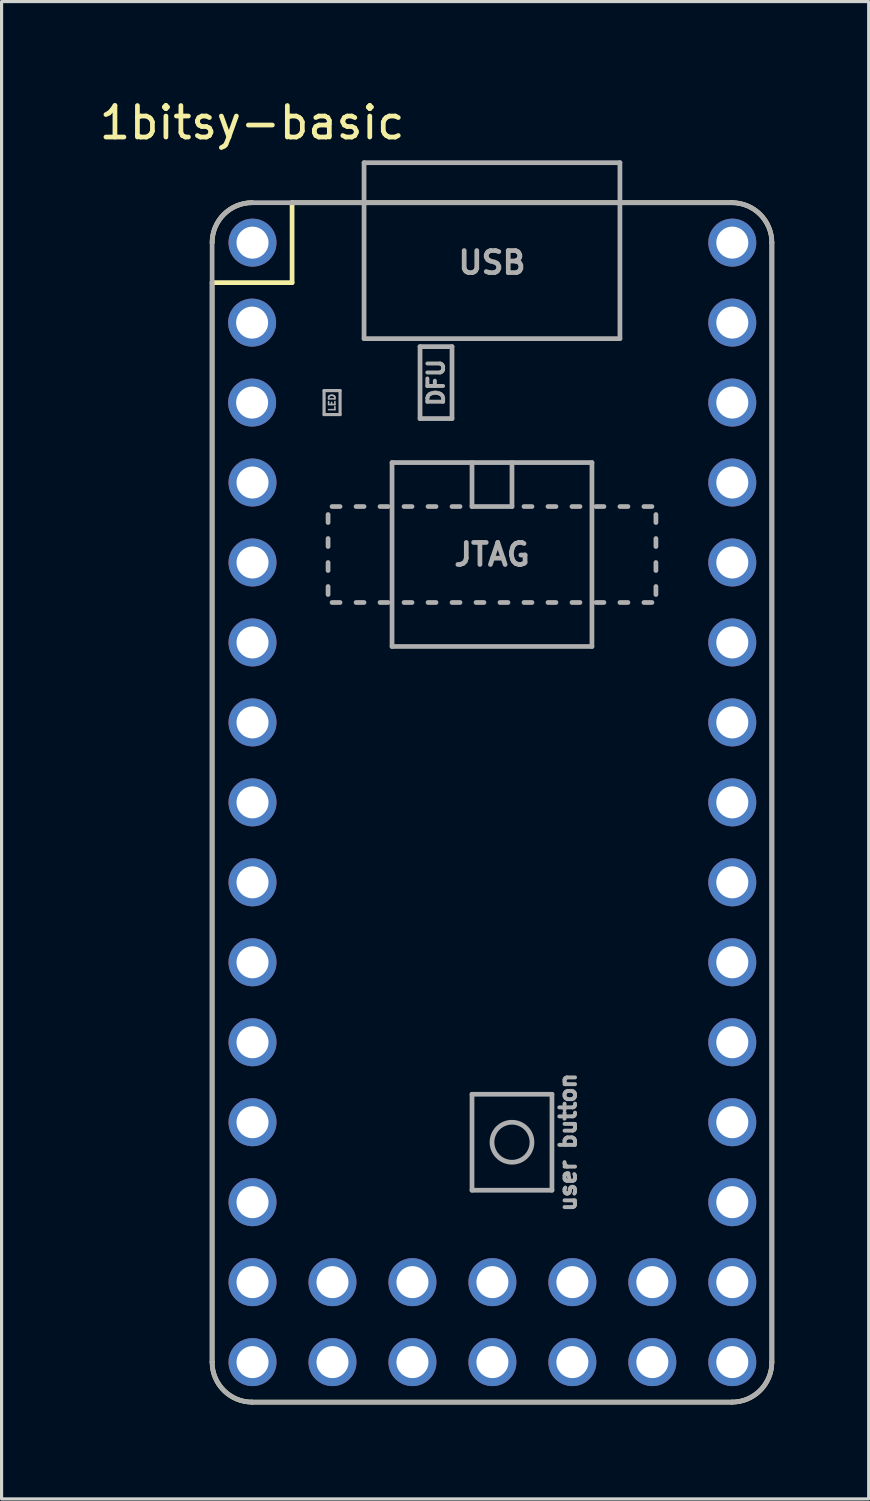
<source format=kicad_pcb>
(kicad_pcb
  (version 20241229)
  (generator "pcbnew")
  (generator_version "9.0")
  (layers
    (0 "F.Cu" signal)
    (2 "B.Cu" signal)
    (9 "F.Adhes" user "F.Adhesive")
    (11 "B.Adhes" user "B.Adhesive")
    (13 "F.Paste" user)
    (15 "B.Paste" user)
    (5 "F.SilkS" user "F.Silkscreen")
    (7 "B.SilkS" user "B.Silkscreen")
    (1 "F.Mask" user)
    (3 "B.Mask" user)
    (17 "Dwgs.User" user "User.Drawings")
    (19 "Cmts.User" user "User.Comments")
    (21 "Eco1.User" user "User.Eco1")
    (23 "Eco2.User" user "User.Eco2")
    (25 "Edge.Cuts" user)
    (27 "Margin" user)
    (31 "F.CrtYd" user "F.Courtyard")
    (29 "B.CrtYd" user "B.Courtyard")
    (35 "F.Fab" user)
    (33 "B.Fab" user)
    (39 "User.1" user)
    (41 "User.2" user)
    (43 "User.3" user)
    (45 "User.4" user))
  (footprint "1bitsy-basic"
    (layer "F.Cu")
    (at 4.958 4.658)
    (property "Reference" "1bitsy-basic" (at 0 -3.81 0) (layer "F.SilkS") (effects (font (size 1 1) (thickness 0.15))))
    (attr through_hole)
    (fp_line (start -1.27 1.27) (end -1.27 35.56) (stroke (width 0.15) (type solid)) (layer "F.SilkS"))
    (fp_line (start 0 36.83) (end 15.24 36.83) (stroke (width 0.15) (type solid)) (layer "F.SilkS"))
    (fp_line (start 1.27 -1.27) (end 1.27 1.27) (stroke (width 0.15) (type solid)) (layer "F.SilkS"))
    (fp_line (start 1.27 -1.27) (end 15.24 -1.27) (stroke (width 0.15) (type solid)) (layer "F.SilkS"))
    (fp_line (start 1.27 1.27) (end -1.27 1.27) (stroke (width 0.15) (type solid)) (layer "F.SilkS"))
    (fp_line (start 16.51 35.56) (end 16.51 0) (stroke (width 0.15) (type solid)) (layer "F.SilkS"))
    (fp_arc (start -1.27 0) (mid -0.898026 -0.898026) (end 0 -1.27) (stroke (width 0.15) (type solid)) (layer "F.SilkS"))
    (fp_arc (start 0 36.83) (mid -0.898026 36.458026) (end -1.27 35.56) (stroke (width 0.15) (type solid)) (layer "F.SilkS"))
    (fp_arc (start 15.24 -1.27) (mid 16.138026 -0.898026) (end 16.51 0) (stroke (width 0.15) (type solid)) (layer "F.SilkS"))
    (fp_arc (start 16.51 35.56) (mid 16.138026 36.458026) (end 15.24 36.83) (stroke (width 0.15) (type solid)) (layer "F.SilkS"))
    (fp_line (start -1.27 35.56) (end -1.27 0) (stroke (width 0.15) (type solid)) (layer "F.Fab"))
    (fp_line (start 0 -1.27) (end 15.24 -1.27) (stroke (width 0.15) (type solid)) (layer "F.Fab"))
    (fp_line (start 2.286 4.699) (end 2.794 4.699) (stroke (width 0.1) (type solid)) (layer "F.Fab"))
    (fp_line (start 2.286 5.461) (end 2.286 4.699) (stroke (width 0.1) (type solid)) (layer "F.Fab"))
    (fp_line (start 2.413 8.89) (end 2.413 8.636) (stroke (width 0.15) (type solid)) (layer "F.Fab"))
    (fp_line (start 2.413 9.652) (end 2.413 9.398) (stroke (width 0.15) (type solid)) (layer "F.Fab"))
    (fp_line (start 2.413 10.414) (end 2.413 10.16) (stroke (width 0.15) (type solid)) (layer "F.Fab"))
    (fp_line (start 2.413 11.176) (end 2.413 10.922) (stroke (width 0.15) (type solid)) (layer "F.Fab"))
    (fp_line (start 2.794 4.699) (end 2.794 5.461) (stroke (width 0.1) (type solid)) (layer "F.Fab"))
    (fp_line (start 2.794 5.461) (end 2.286 5.461) (stroke (width 0.1) (type solid)) (layer "F.Fab"))
    (fp_line (start 2.794 8.382) (end 2.54 8.382) (stroke (width 0.15) (type solid)) (layer "F.Fab"))
    (fp_line (start 2.794 11.43) (end 2.54 11.43) (stroke (width 0.15) (type solid)) (layer "F.Fab"))
    (fp_line (start 3.556 -2.54) (end 11.684 -2.54) (stroke (width 0.15) (type solid)) (layer "F.Fab"))
    (fp_line (start 3.556 -1.27) (end 3.556 -2.54) (stroke (width 0.15) (type solid)) (layer "F.Fab"))
    (fp_line (start 3.556 -1.27) (end 3.556 3.048) (stroke (width 0.15) (type solid)) (layer "F.Fab"))
    (fp_line (start 3.556 3.048) (end 11.684 3.048) (stroke (width 0.15) (type solid)) (layer "F.Fab"))
    (fp_line (start 3.556 8.382) (end 3.302 8.382) (stroke (width 0.15) (type solid)) (layer "F.Fab"))
    (fp_line (start 3.556 11.43) (end 3.302 11.43) (stroke (width 0.15) (type solid)) (layer "F.Fab"))
    (fp_line (start 4.064 8.382) (end 4.318 8.382) (stroke (width 0.15) (type solid)) (layer "F.Fab"))
    (fp_line (start 4.318 11.43) (end 4.064 11.43) (stroke (width 0.15) (type solid)) (layer "F.Fab"))
    (fp_line (start 4.445 6.985) (end 10.795 6.985) (stroke (width 0.15) (type solid)) (layer "F.Fab"))
    (fp_line (start 4.445 12.827) (end 4.445 6.985) (stroke (width 0.15) (type solid)) (layer "F.Fab"))
    (fp_line (start 4.826 8.382) (end 5.08 8.382) (stroke (width 0.15) (type solid)) (layer "F.Fab"))
    (fp_line (start 4.826 11.43) (end 5.08 11.43) (stroke (width 0.15) (type solid)) (layer "F.Fab"))
    (fp_line (start 5.334 3.302) (end 6.35 3.302) (stroke (width 0.15) (type solid)) (layer "F.Fab"))
    (fp_line (start 5.334 5.588) (end 5.334 3.302) (stroke (width 0.15) (type solid)) (layer "F.Fab"))
    (fp_line (start 5.588 8.382) (end 5.842 8.382) (stroke (width 0.15) (type solid)) (layer "F.Fab"))
    (fp_line (start 5.588 11.43) (end 5.842 11.43) (stroke (width 0.15) (type solid)) (layer "F.Fab"))
    (fp_line (start 6.35 3.302) (end 6.35 5.588) (stroke (width 0.15) (type solid)) (layer "F.Fab"))
    (fp_line (start 6.35 5.588) (end 5.334 5.588) (stroke (width 0.15) (type solid)) (layer "F.Fab"))
    (fp_line (start 6.35 8.382) (end 6.604 8.382) (stroke (width 0.15) (type solid)) (layer "F.Fab"))
    (fp_line (start 6.35 11.43) (end 6.604 11.43) (stroke (width 0.15) (type solid)) (layer "F.Fab"))
    (fp_line (start 6.985 6.985) (end 6.985 8.382) (stroke (width 0.15) (type solid)) (layer "F.Fab"))
    (fp_line (start 6.985 8.382) (end 8.255 8.382) (stroke (width 0.15) (type solid)) (layer "F.Fab"))
    (fp_line (start 6.985 27.051) (end 9.525 27.051) (stroke (width 0.15) (type solid)) (layer "F.Fab"))
    (fp_line (start 6.985 30.099) (end 6.985 27.051) (stroke (width 0.15) (type solid)) (layer "F.Fab"))
    (fp_line (start 7.112 11.43) (end 7.366 11.43) (stroke (width 0.15) (type solid)) (layer "F.Fab"))
    (fp_line (start 7.874 11.43) (end 8.128 11.43) (stroke (width 0.15) (type solid)) (layer "F.Fab"))
    (fp_line (start 8.255 8.382) (end 8.255 6.985) (stroke (width 0.15) (type solid)) (layer "F.Fab"))
    (fp_line (start 8.636 8.382) (end 8.89 8.382) (stroke (width 0.15) (type solid)) (layer "F.Fab"))
    (fp_line (start 8.636 11.43) (end 8.89 11.43) (stroke (width 0.15) (type solid)) (layer "F.Fab"))
    (fp_line (start 9.398 8.382) (end 9.652 8.382) (stroke (width 0.15) (type solid)) (layer "F.Fab"))
    (fp_line (start 9.398 11.43) (end 9.652 11.43) (stroke (width 0.15) (type solid)) (layer "F.Fab"))
    (fp_line (start 9.525 27.051) (end 9.525 30.099) (stroke (width 0.15) (type solid)) (layer "F.Fab"))
    (fp_line (start 9.525 30.099) (end 6.985 30.099) (stroke (width 0.15) (type solid)) (layer "F.Fab"))
    (fp_line (start 10.16 8.382) (end 10.414 8.382) (stroke (width 0.15) (type solid)) (layer "F.Fab"))
    (fp_line (start 10.16 11.43) (end 10.414 11.43) (stroke (width 0.15) (type solid)) (layer "F.Fab"))
    (fp_line (start 10.795 6.985) (end 10.795 12.827) (stroke (width 0.15) (type solid)) (layer "F.Fab"))
    (fp_line (start 10.795 12.827) (end 4.445 12.827) (stroke (width 0.15) (type solid)) (layer "F.Fab"))
    (fp_line (start 10.922 11.43) (end 11.176 11.43) (stroke (width 0.15) (type solid)) (layer "F.Fab"))
    (fp_line (start 11.176 8.382) (end 10.922 8.382) (stroke (width 0.15) (type solid)) (layer "F.Fab"))
    (fp_line (start 11.684 -2.54) (end 11.684 -1.27) (stroke (width 0.15) (type solid)) (layer "F.Fab"))
    (fp_line (start 11.684 3.048) (end 11.684 -1.27) (stroke (width 0.15) (type solid)) (layer "F.Fab"))
    (fp_line (start 11.684 8.382) (end 11.938 8.382) (stroke (width 0.15) (type solid)) (layer "F.Fab"))
    (fp_line (start 11.684 11.43) (end 11.938 11.43) (stroke (width 0.15) (type solid)) (layer "F.Fab"))
    (fp_line (start 12.446 8.382) (end 12.7 8.382) (stroke (width 0.15) (type solid)) (layer "F.Fab"))
    (fp_line (start 12.446 11.43) (end 12.7 11.43) (stroke (width 0.15) (type solid)) (layer "F.Fab"))
    (fp_line (start 12.827 8.89) (end 12.827 8.636) (stroke (width 0.15) (type solid)) (layer "F.Fab"))
    (fp_line (start 12.827 9.652) (end 12.827 9.398) (stroke (width 0.15) (type solid)) (layer "F.Fab"))
    (fp_line (start 12.827 10.414) (end 12.827 10.16) (stroke (width 0.15) (type solid)) (layer "F.Fab"))
    (fp_line (start 12.827 11.176) (end 12.827 10.922) (stroke (width 0.15) (type solid)) (layer "F.Fab"))
    (fp_line (start 15.24 36.83) (end 0 36.83) (stroke (width 0.15) (type solid)) (layer "F.Fab"))
    (fp_line (start 16.51 0) (end 16.51 35.56) (stroke (width 0.15) (type solid)) (layer "F.Fab"))
    (fp_arc (start -1.27 0) (mid -0.898026 -0.898026) (end 0 -1.27) (stroke (width 0.15) (type solid)) (layer "F.Fab"))
    (fp_arc (start 0 36.83) (mid -0.898026 36.458026) (end -1.27 35.56) (stroke (width 0.15) (type solid)) (layer "F.Fab"))
    (fp_arc (start 15.24 -1.27) (mid 16.138026 -0.898026) (end 16.51 0) (stroke (width 0.15) (type solid)) (layer "F.Fab"))
    (fp_arc (start 16.51 35.56) (mid 16.138026 36.458026) (end 15.24 36.83) (stroke (width 0.15) (type solid)) (layer "F.Fab"))
    (fp_circle (center 8.255 28.575) (end 8.89 28.575) (stroke (width 0.15) (type solid)) (fill no) (layer "F.Fab"))
    (fp_text user "user button" (at 10.033 28.575 90) (layer "F.Fab") (effects (font (size 0.5 0.5) (thickness 0.125))))
    (fp_text user "JTAG" (at 7.62 9.906 0) (layer "F.Fab") (effects (font (size 0.7 0.7) (thickness 0.15))))
    (fp_text user "USB" (at 7.62 0.635 0) (layer "F.Fab") (effects (font (size 0.7 0.7) (thickness 0.15))))
    (fp_text user "LED" (at 2.54 5.08 90) (layer "F.Fab") (effects (font (size 0.2 0.2) (thickness 0.05))))
    (fp_text user "DFU" (at 5.842 4.445 90) (layer "F.Fab") (effects (font (size 0.5 0.5) (thickness 0.125))))
    (pad "1" thru_hole circle (at 0.013 0 270) (size 1.524 1.524) (drill 1.016) (layers "*.Cu" "*.Mask"))
    (pad "2" thru_hole circle (at 0 2.54 270) (size 1.524 1.524) (drill 1.016) (layers "*.Cu" "*.Mask"))
    (pad "3" thru_hole circle (at 0 5.08 270) (size 1.524 1.524) (drill 1.016) (layers "*.Cu" "*.Mask"))
    (pad "4" thru_hole circle (at 0.013 7.619 270) (size 1.524 1.524) (drill 1.016) (layers "*.Cu" "*.Mask"))
    (pad "5" thru_hole circle (at 0.013 10.159 270) (size 1.524 1.524) (drill 1.016) (layers "*.Cu" "*.Mask"))
    (pad "6" thru_hole circle (at 0.013 12.699 270) (size 1.524 1.524) (drill 1.016) (layers "*.Cu" "*.Mask"))
    (pad "7" thru_hole circle (at 0.013 15.239 270) (size 1.524 1.524) (drill 1.016) (layers "*.Cu" "*.Mask"))
    (pad "8" thru_hole circle (at 0.013 17.779 270) (size 1.524 1.524) (drill 1.016) (layers "*.Cu" "*.Mask"))
    (pad "9" thru_hole circle (at 0.013 20.319 270) (size 1.524 1.524) (drill 1.016) (layers "*.Cu" "*.Mask"))
    (pad "10" thru_hole circle (at 0.013 22.859 270) (size 1.524 1.524) (drill 1.016) (layers "*.Cu" "*.Mask"))
    (pad "11" thru_hole circle (at 0.013 25.399 270) (size 1.524 1.524) (drill 1.016) (layers "*.Cu" "*.Mask"))
    (pad "12" thru_hole circle (at 0.013 27.939 270) (size 1.524 1.524) (drill 1.016) (layers "*.Cu" "*.Mask"))
    (pad "13" thru_hole circle (at 0.013 30.479 270) (size 1.524 1.524) (drill 1.016) (layers "*.Cu" "*.Mask"))
    (pad "14" thru_hole circle (at 0.013 33.019 270) (size 1.524 1.524) (drill 1.016) (layers "*.Cu" "*.Mask"))
    (pad "15" thru_hole circle (at 0.013 35.559 270) (size 1.524 1.524) (drill 1.016) (layers "*.Cu" "*.Mask"))
    (pad "16" thru_hole circle (at 15.253 35.559 270) (size 1.524 1.524) (drill 1.016) (layers "*.Cu" "*.Mask"))
    (pad "17" thru_hole circle (at 15.253 33.019 270) (size 1.524 1.524) (drill 1.016) (layers "*.Cu" "*.Mask"))
    (pad "18" thru_hole circle (at 15.253 30.479 270) (size 1.524 1.524) (drill 1.016) (layers "*.Cu" "*.Mask"))
    (pad "19" thru_hole circle (at 15.253 27.939 270) (size 1.524 1.524) (drill 1.016) (layers "*.Cu" "*.Mask"))
    (pad "20" thru_hole circle (at 15.253 25.399 270) (size 1.524 1.524) (drill 1.016) (layers "*.Cu" "*.Mask"))
    (pad "21" thru_hole circle (at 15.253 22.859 270) (size 1.524 1.524) (drill 1.016) (layers "*.Cu" "*.Mask"))
    (pad "22" thru_hole circle (at 15.253 20.319 270) (size 1.524 1.524) (drill 1.016) (layers "*.Cu" "*.Mask"))
    (pad "23" thru_hole circle (at 15.253 17.779 270) (size 1.524 1.524) (drill 1.016) (layers "*.Cu" "*.Mask"))
    (pad "24" thru_hole circle (at 15.253 15.239 270) (size 1.524 1.524) (drill 1.016) (layers "*.Cu" "*.Mask"))
    (pad "25" thru_hole circle (at 15.253 12.699 270) (size 1.524 1.524) (drill 1.016) (layers "*.Cu" "*.Mask"))
    (pad "26" thru_hole circle (at 15.253 10.159 270) (size 1.524 1.524) (drill 1.016) (layers "*.Cu" "*.Mask"))
    (pad "27" thru_hole circle (at 15.253 7.619 270) (size 1.524 1.524) (drill 1.016) (layers "*.Cu" "*.Mask"))
    (pad "28" thru_hole circle (at 15.253 5.079 270) (size 1.524 1.524) (drill 1.016) (layers "*.Cu" "*.Mask"))
    (pad "29" thru_hole circle (at 15.253 2.539 270) (size 1.524 1.524) (drill 1.016) (layers "*.Cu" "*.Mask"))
    (pad "30" thru_hole circle (at 15.253 -0.001 270) (size 1.524 1.524) (drill 1.016) (layers "*.Cu" "*.Mask"))
    (pad "31" thru_hole circle (at 2.553 33.019 270) (size 1.524 1.524) (drill 1.016) (layers "*.Cu" "*.Mask"))
    (pad "32" thru_hole circle (at 2.553 35.559 270) (size 1.524 1.524) (drill 1.016) (layers "*.Cu" "*.Mask"))
    (pad "33" thru_hole circle (at 5.093 33.019 270) (size 1.524 1.524) (drill 1.016) (layers "*.Cu" "*.Mask"))
    (pad "34" thru_hole circle (at 5.093 35.559 270) (size 1.524 1.524) (drill 1.016) (layers "*.Cu" "*.Mask"))
    (pad "35" thru_hole circle (at 7.633 33.019 270) (size 1.524 1.524) (drill 1.016) (layers "*.Cu" "*.Mask"))
    (pad "36" thru_hole circle (at 7.633 35.559 270) (size 1.524 1.524) (drill 1.016) (layers "*.Cu" "*.Mask"))
    (pad "37" thru_hole circle (at 10.173 33.019 270) (size 1.524 1.524) (drill 1.016) (layers "*.Cu" "*.Mask"))
    (pad "38" thru_hole circle (at 10.173 35.559 270) (size 1.524 1.524) (drill 1.016) (layers "*.Cu" "*.Mask"))
    (pad "39" thru_hole circle (at 12.713 33.019 270) (size 1.524 1.524) (drill 1.016) (layers "*.Cu" "*.Mask"))
    (pad "40" thru_hole circle (at 12.713 35.559 270) (size 1.524 1.524) (drill 1.016) (layers "*.Cu" "*.Mask")))
  (gr_rect
    (start -3 -3)
    (end 24.543 44.563)
    (stroke (width 0.1) (type default))
    (fill no)
    (layer "Edge.Cuts")))
</source>
